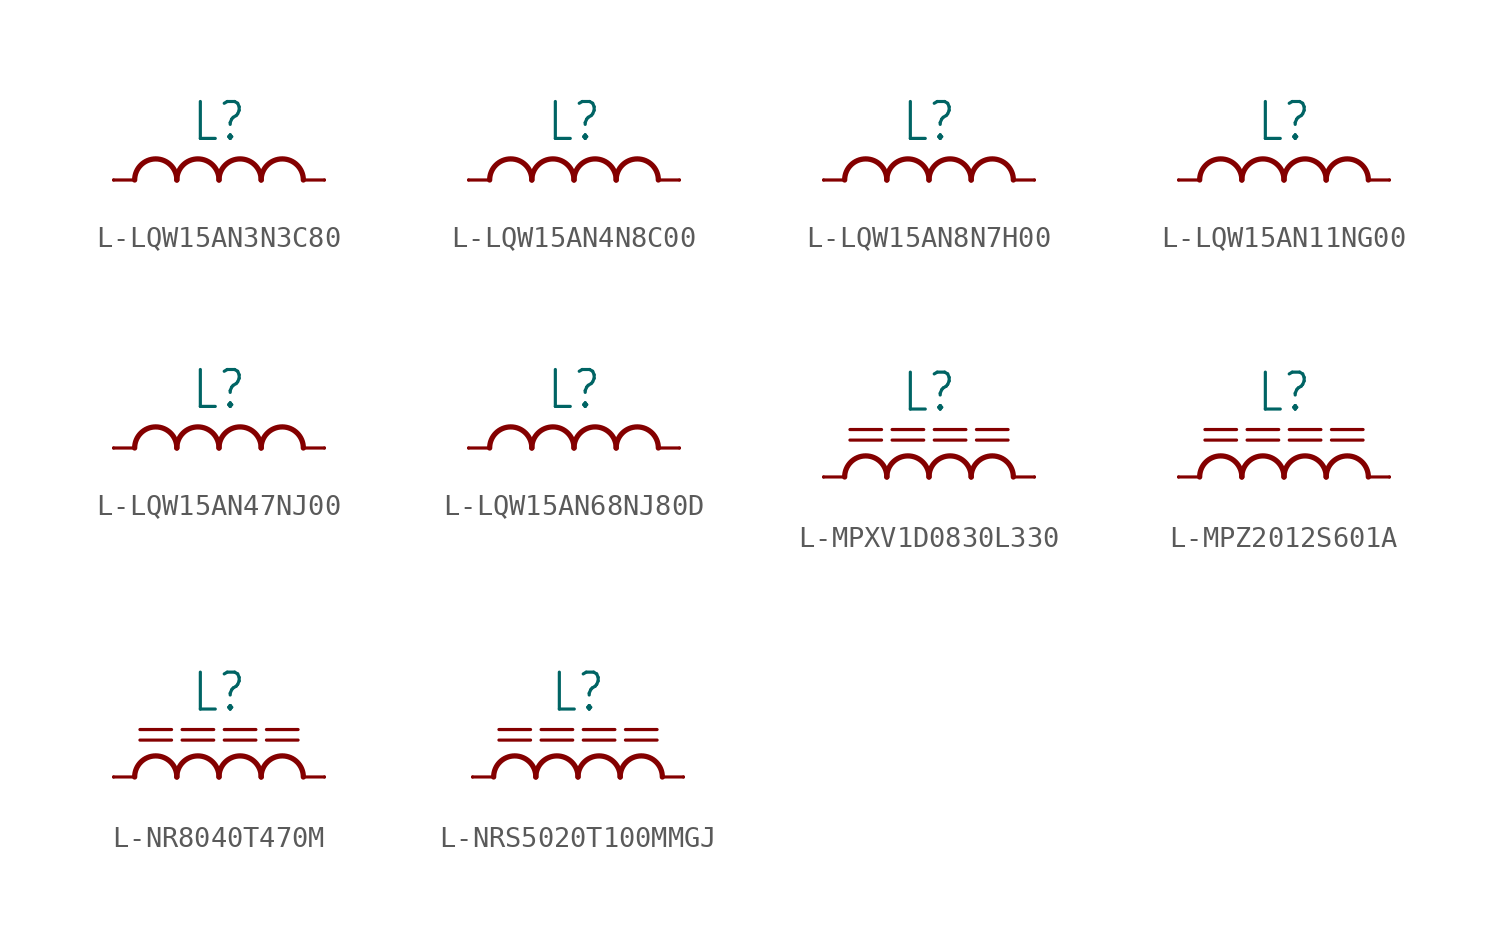
<source format=kicad_sym>
(kicad_symbol_lib
  (version 20231120)
  (generator "kicad_symbol_editor")
  (generator_version "8.0")
  (symbol "L-LQW15AN3N3C80"
    (property "Reference" "L"
      (at 0 1.778 0)
      (effects (font (size 1.778 1.511)) (justify bottom)))
    (property "Value" ""
      (at 0 -0.762 0)
      (effects (font (size 1.778 1.511)) (justify top)))
    (property "ki_locked" ""
      (at 0 0 0)
      (effects (font (size 1.27 1.27))))
    (symbol "L-LQW15AN3N3C80_1_0"
      (arc (start -2.032 0) (mid -3.048 1.016) (end -4.064 0) (stroke (width 0.254) (type solid)) (fill (type none)))
      (arc (start 0 0) (mid -1.016 1.016) (end -2.032 0) (stroke (width 0.254) (type solid)) (fill (type none)))
      (polyline (pts (xy -5.08 0) (xy -4.064 0)) (stroke (width 0.152) (type solid)) (fill (type none)))
      (polyline (pts (xy 4.064 0) (xy 5.08 0)) (stroke (width 0.152) (type solid)) (fill (type none)))
      (arc (start 2.032 0) (mid 1.016 1.016) (end 0 0) (stroke (width 0.254) (type solid)) (fill (type none)))
      (arc (start 4.064 0) (mid 3.048 1.016) (end 2.032 0) (stroke (width 0.254) (type solid)) (fill (type none)))
      (pin passive line (at -5.08 0 0) (length 0) (name "1" (effects (font (size 0 0)))) (number "1" (effects (font (size 0 0)))))
      (pin passive line (at 5.08 0 180) (length 0) (name "2" (effects (font (size 0 0)))) (number "2" (effects (font (size 0 0)))))))
  (symbol "L-LQW15AN4N8C00"
    (property "Reference" "L"
      (at 0 1.778 0)
      (effects (font (size 1.778 1.511)) (justify bottom)))
    (property "Value" ""
      (at 0 -0.762 0)
      (effects (font (size 1.778 1.511)) (justify top)))
    (property "ki_locked" ""
      (at 0 0 0)
      (effects (font (size 1.27 1.27))))
    (symbol "L-LQW15AN4N8C00_1_0"
      (arc (start -2.032 0) (mid -3.048 1.016) (end -4.064 0) (stroke (width 0.254) (type solid)) (fill (type none)))
      (arc (start 0 0) (mid -1.016 1.016) (end -2.032 0) (stroke (width 0.254) (type solid)) (fill (type none)))
      (polyline (pts (xy -5.08 0) (xy -4.064 0)) (stroke (width 0.152) (type solid)) (fill (type none)))
      (polyline (pts (xy 4.064 0) (xy 5.08 0)) (stroke (width 0.152) (type solid)) (fill (type none)))
      (arc (start 2.032 0) (mid 1.016 1.016) (end 0 0) (stroke (width 0.254) (type solid)) (fill (type none)))
      (arc (start 4.064 0) (mid 3.048 1.016) (end 2.032 0) (stroke (width 0.254) (type solid)) (fill (type none)))
      (pin passive line (at -5.08 0 0) (length 0) (name "1" (effects (font (size 0 0)))) (number "1" (effects (font (size 0 0)))))
      (pin passive line (at 5.08 0 180) (length 0) (name "2" (effects (font (size 0 0)))) (number "2" (effects (font (size 0 0)))))))
  (symbol "L-LQW15AN8N7H00"
    (property "Reference" "L"
      (at 0 1.778 0)
      (effects (font (size 1.778 1.511)) (justify bottom)))
    (property "Value" ""
      (at 0 -0.762 0)
      (effects (font (size 1.778 1.511)) (justify top)))
    (property "ki_locked" ""
      (at 0 0 0)
      (effects (font (size 1.27 1.27))))
    (symbol "L-LQW15AN8N7H00_1_0"
      (arc (start -2.032 0) (mid -3.048 1.016) (end -4.064 0) (stroke (width 0.254) (type solid)) (fill (type none)))
      (arc (start 0 0) (mid -1.016 1.016) (end -2.032 0) (stroke (width 0.254) (type solid)) (fill (type none)))
      (polyline (pts (xy -5.08 0) (xy -4.064 0)) (stroke (width 0.152) (type solid)) (fill (type none)))
      (polyline (pts (xy 4.064 0) (xy 5.08 0)) (stroke (width 0.152) (type solid)) (fill (type none)))
      (arc (start 2.032 0) (mid 1.016 1.016) (end 0 0) (stroke (width 0.254) (type solid)) (fill (type none)))
      (arc (start 4.064 0) (mid 3.048 1.016) (end 2.032 0) (stroke (width 0.254) (type solid)) (fill (type none)))
      (pin passive line (at -5.08 0 0) (length 0) (name "1" (effects (font (size 0 0)))) (number "1" (effects (font (size 0 0)))))
      (pin passive line (at 5.08 0 180) (length 0) (name "2" (effects (font (size 0 0)))) (number "2" (effects (font (size 0 0)))))))
  (symbol "L-LQW15AN11NG00"
    (property "Reference" "L"
      (at 0 1.778 0)
      (effects (font (size 1.778 1.511)) (justify bottom)))
    (property "Value" ""
      (at 0 -0.762 0)
      (effects (font (size 1.778 1.511)) (justify top)))
    (property "ki_locked" ""
      (at 0 0 0)
      (effects (font (size 1.27 1.27))))
    (symbol "L-LQW15AN11NG00_1_0"
      (arc (start -2.032 0) (mid -3.048 1.016) (end -4.064 0) (stroke (width 0.254) (type solid)) (fill (type none)))
      (arc (start 0 0) (mid -1.016 1.016) (end -2.032 0) (stroke (width 0.254) (type solid)) (fill (type none)))
      (polyline (pts (xy -5.08 0) (xy -4.064 0)) (stroke (width 0.152) (type solid)) (fill (type none)))
      (polyline (pts (xy 4.064 0) (xy 5.08 0)) (stroke (width 0.152) (type solid)) (fill (type none)))
      (arc (start 2.032 0) (mid 1.016 1.016) (end 0 0) (stroke (width 0.254) (type solid)) (fill (type none)))
      (arc (start 4.064 0) (mid 3.048 1.016) (end 2.032 0) (stroke (width 0.254) (type solid)) (fill (type none)))
      (pin passive line (at -5.08 0 0) (length 0) (name "1" (effects (font (size 0 0)))) (number "1" (effects (font (size 0 0)))))
      (pin passive line (at 5.08 0 180) (length 0) (name "2" (effects (font (size 0 0)))) (number "2" (effects (font (size 0 0)))))))
  (symbol "L-LQW15AN47NJ00"
    (property "Reference" "L"
      (at 0 1.778 0)
      (effects (font (size 1.778 1.511)) (justify bottom)))
    (property "Value" ""
      (at 0 -0.762 0)
      (effects (font (size 1.778 1.511)) (justify top)))
    (property "ki_locked" ""
      (at 0 0 0)
      (effects (font (size 1.27 1.27))))
    (symbol "L-LQW15AN47NJ00_1_0"
      (arc (start -2.032 0) (mid -3.048 1.016) (end -4.064 0) (stroke (width 0.254) (type solid)) (fill (type none)))
      (arc (start 0 0) (mid -1.016 1.016) (end -2.032 0) (stroke (width 0.254) (type solid)) (fill (type none)))
      (polyline (pts (xy -5.08 0) (xy -4.064 0)) (stroke (width 0.152) (type solid)) (fill (type none)))
      (polyline (pts (xy 4.064 0) (xy 5.08 0)) (stroke (width 0.152) (type solid)) (fill (type none)))
      (arc (start 2.032 0) (mid 1.016 1.016) (end 0 0) (stroke (width 0.254) (type solid)) (fill (type none)))
      (arc (start 4.064 0) (mid 3.048 1.016) (end 2.032 0) (stroke (width 0.254) (type solid)) (fill (type none)))
      (pin passive line (at -5.08 0 0) (length 0) (name "1" (effects (font (size 0 0)))) (number "1" (effects (font (size 0 0)))))
      (pin passive line (at 5.08 0 180) (length 0) (name "2" (effects (font (size 0 0)))) (number "2" (effects (font (size 0 0)))))))
  (symbol "L-LQW15AN68NJ80D"
    (property "Reference" "L"
      (at 0 1.778 0)
      (effects (font (size 1.778 1.511)) (justify bottom)))
    (property "Value" ""
      (at 0 -0.762 0)
      (effects (font (size 1.778 1.511)) (justify top)))
    (property "ki_locked" ""
      (at 0 0 0)
      (effects (font (size 1.27 1.27))))
    (symbol "L-LQW15AN68NJ80D_1_0"
      (arc (start -2.032 0) (mid -3.048 1.016) (end -4.064 0) (stroke (width 0.254) (type solid)) (fill (type none)))
      (arc (start 0 0) (mid -1.016 1.016) (end -2.032 0) (stroke (width 0.254) (type solid)) (fill (type none)))
      (polyline (pts (xy -5.08 0) (xy -4.064 0)) (stroke (width 0.152) (type solid)) (fill (type none)))
      (polyline (pts (xy 4.064 0) (xy 5.08 0)) (stroke (width 0.152) (type solid)) (fill (type none)))
      (arc (start 2.032 0) (mid 1.016 1.016) (end 0 0) (stroke (width 0.254) (type solid)) (fill (type none)))
      (arc (start 4.064 0) (mid 3.048 1.016) (end 2.032 0) (stroke (width 0.254) (type solid)) (fill (type none)))
      (pin passive line (at -5.08 0 0) (length 0) (name "1" (effects (font (size 0 0)))) (number "1" (effects (font (size 0 0)))))
      (pin passive line (at 5.08 0 180) (length 0) (name "2" (effects (font (size 0 0)))) (number "2" (effects (font (size 0 0)))))))
  (symbol "L-MPXV1D0830L330"
    (property "Reference" "L"
      (at 0 3.048 0)
      (effects (font (size 1.778 1.511)) (justify bottom)))
    (property "Value" ""
      (at 0 -0.762 0)
      (effects (font (size 1.778 1.511)) (justify top)))
    (property "ki_locked" ""
      (at 0 0 0)
      (effects (font (size 1.27 1.27))))
    (symbol "L-MPXV1D0830L330_1_0"
      (arc (start -2.032 0) (mid -3.048 1.016) (end -4.064 0) (stroke (width 0.254) (type solid)) (fill (type none)))
      (arc (start 0 0) (mid -1.016 1.016) (end -2.032 0) (stroke (width 0.254) (type solid)) (fill (type none)))
      (polyline (pts (xy -5.08 0) (xy -4.064 0)) (stroke (width 0.152) (type solid)) (fill (type none)))
      (polyline (pts (xy -3.81 1.778) (xy -2.286 1.778)) (stroke (width 0.152) (type solid)) (fill (type none)))
      (polyline (pts (xy -3.81 2.286) (xy -2.286 2.286)) (stroke (width 0.152) (type solid)) (fill (type none)))
      (polyline (pts (xy -1.778 1.778) (xy -0.254 1.778)) (stroke (width 0.152) (type solid)) (fill (type none)))
      (polyline (pts (xy -1.778 2.286) (xy -0.254 2.286)) (stroke (width 0.152) (type solid)) (fill (type none)))
      (polyline (pts (xy 0.254 1.778) (xy 1.778 1.778)) (stroke (width 0.152) (type solid)) (fill (type none)))
      (polyline (pts (xy 0.254 2.286) (xy 1.778 2.286)) (stroke (width 0.152) (type solid)) (fill (type none)))
      (polyline (pts (xy 2.286 1.778) (xy 3.81 1.778)) (stroke (width 0.152) (type solid)) (fill (type none)))
      (polyline (pts (xy 2.286 2.286) (xy 3.81 2.286)) (stroke (width 0.152) (type solid)) (fill (type none)))
      (polyline (pts (xy 4.064 0) (xy 5.08 0)) (stroke (width 0.152) (type solid)) (fill (type none)))
      (arc (start 2.032 0) (mid 1.016 1.016) (end 0 0) (stroke (width 0.254) (type solid)) (fill (type none)))
      (arc (start 4.064 0) (mid 3.048 1.016) (end 2.032 0) (stroke (width 0.254) (type solid)) (fill (type none)))
      (pin passive line (at -5.08 0 0) (length 0) (name "1" (effects (font (size 0 0)))) (number "1" (effects (font (size 0 0)))))
      (pin passive line (at 5.08 0 180) (length 0) (name "2" (effects (font (size 0 0)))) (number "2" (effects (font (size 0 0)))))))
  (symbol "L-MPZ2012S601A"
    (property "Reference" "L"
      (at 0 3.048 0)
      (effects (font (size 1.778 1.511)) (justify bottom)))
    (property "Value" ""
      (at 0 -0.762 0)
      (effects (font (size 1.778 1.511)) (justify top)))
    (property "ki_locked" ""
      (at 0 0 0)
      (effects (font (size 1.27 1.27))))
    (symbol "L-MPZ2012S601A_1_0"
      (arc (start -2.032 0) (mid -3.048 1.016) (end -4.064 0) (stroke (width 0.254) (type solid)) (fill (type none)))
      (arc (start 0 0) (mid -1.016 1.016) (end -2.032 0) (stroke (width 0.254) (type solid)) (fill (type none)))
      (polyline (pts (xy -5.08 0) (xy -4.064 0)) (stroke (width 0.152) (type solid)) (fill (type none)))
      (polyline (pts (xy -3.81 1.778) (xy -2.286 1.778)) (stroke (width 0.152) (type solid)) (fill (type none)))
      (polyline (pts (xy -3.81 2.286) (xy -2.286 2.286)) (stroke (width 0.152) (type solid)) (fill (type none)))
      (polyline (pts (xy -1.778 1.778) (xy -0.254 1.778)) (stroke (width 0.152) (type solid)) (fill (type none)))
      (polyline (pts (xy -1.778 2.286) (xy -0.254 2.286)) (stroke (width 0.152) (type solid)) (fill (type none)))
      (polyline (pts (xy 0.254 1.778) (xy 1.778 1.778)) (stroke (width 0.152) (type solid)) (fill (type none)))
      (polyline (pts (xy 0.254 2.286) (xy 1.778 2.286)) (stroke (width 0.152) (type solid)) (fill (type none)))
      (polyline (pts (xy 2.286 1.778) (xy 3.81 1.778)) (stroke (width 0.152) (type solid)) (fill (type none)))
      (polyline (pts (xy 2.286 2.286) (xy 3.81 2.286)) (stroke (width 0.152) (type solid)) (fill (type none)))
      (polyline (pts (xy 4.064 0) (xy 5.08 0)) (stroke (width 0.152) (type solid)) (fill (type none)))
      (arc (start 2.032 0) (mid 1.016 1.016) (end 0 0) (stroke (width 0.254) (type solid)) (fill (type none)))
      (arc (start 4.064 0) (mid 3.048 1.016) (end 2.032 0) (stroke (width 0.254) (type solid)) (fill (type none)))
      (pin passive line (at -5.08 0 0) (length 0) (name "1" (effects (font (size 0 0)))) (number "1" (effects (font (size 0 0)))))
      (pin passive line (at 5.08 0 180) (length 0) (name "2" (effects (font (size 0 0)))) (number "2" (effects (font (size 0 0)))))))
  (symbol "L-NR8040T470M"
    (property "Reference" "L"
      (at 0 3.048 0)
      (effects (font (size 1.778 1.511)) (justify bottom)))
    (property "Value" ""
      (at 0 -0.762 0)
      (effects (font (size 1.778 1.511)) (justify top)))
    (property "ki_locked" ""
      (at 0 0 0)
      (effects (font (size 1.27 1.27))))
    (symbol "L-NR8040T470M_1_0"
      (arc (start -2.032 0) (mid -3.048 1.016) (end -4.064 0) (stroke (width 0.254) (type solid)) (fill (type none)))
      (arc (start 0 0) (mid -1.016 1.016) (end -2.032 0) (stroke (width 0.254) (type solid)) (fill (type none)))
      (polyline (pts (xy -5.08 0) (xy -4.064 0)) (stroke (width 0.152) (type solid)) (fill (type none)))
      (polyline (pts (xy -3.81 1.778) (xy -2.286 1.778)) (stroke (width 0.152) (type solid)) (fill (type none)))
      (polyline (pts (xy -3.81 2.286) (xy -2.286 2.286)) (stroke (width 0.152) (type solid)) (fill (type none)))
      (polyline (pts (xy -1.778 1.778) (xy -0.254 1.778)) (stroke (width 0.152) (type solid)) (fill (type none)))
      (polyline (pts (xy -1.778 2.286) (xy -0.254 2.286)) (stroke (width 0.152) (type solid)) (fill (type none)))
      (polyline (pts (xy 0.254 1.778) (xy 1.778 1.778)) (stroke (width 0.152) (type solid)) (fill (type none)))
      (polyline (pts (xy 0.254 2.286) (xy 1.778 2.286)) (stroke (width 0.152) (type solid)) (fill (type none)))
      (polyline (pts (xy 2.286 1.778) (xy 3.81 1.778)) (stroke (width 0.152) (type solid)) (fill (type none)))
      (polyline (pts (xy 2.286 2.286) (xy 3.81 2.286)) (stroke (width 0.152) (type solid)) (fill (type none)))
      (polyline (pts (xy 4.064 0) (xy 5.08 0)) (stroke (width 0.152) (type solid)) (fill (type none)))
      (arc (start 2.032 0) (mid 1.016 1.016) (end 0 0) (stroke (width 0.254) (type solid)) (fill (type none)))
      (arc (start 4.064 0) (mid 3.048 1.016) (end 2.032 0) (stroke (width 0.254) (type solid)) (fill (type none)))
      (pin passive line (at -5.08 0 0) (length 0) (name "1" (effects (font (size 0 0)))) (number "1" (effects (font (size 0 0)))))
      (pin passive line (at 5.08 0 180) (length 0) (name "2" (effects (font (size 0 0)))) (number "2" (effects (font (size 0 0)))))))
  (symbol "L-NRS5020T100MMGJ"
    (property "Reference" "L"
      (at 0 3.048 0)
      (effects (font (size 1.778 1.511)) (justify bottom)))
    (property "Value" ""
      (at 0 -0.762 0)
      (effects (font (size 1.778 1.511)) (justify top)))
    (property "ki_locked" ""
      (at 0 0 0)
      (effects (font (size 1.27 1.27))))
    (symbol "L-NRS5020T100MMGJ_1_0"
      (arc (start -2.032 0) (mid -3.048 1.016) (end -4.064 0) (stroke (width 0.254) (type solid)) (fill (type none)))
      (arc (start 0 0) (mid -1.016 1.016) (end -2.032 0) (stroke (width 0.254) (type solid)) (fill (type none)))
      (polyline (pts (xy -5.08 0) (xy -4.064 0)) (stroke (width 0.152) (type solid)) (fill (type none)))
      (polyline (pts (xy -3.81 1.778) (xy -2.286 1.778)) (stroke (width 0.152) (type solid)) (fill (type none)))
      (polyline (pts (xy -3.81 2.286) (xy -2.286 2.286)) (stroke (width 0.152) (type solid)) (fill (type none)))
      (polyline (pts (xy -1.778 1.778) (xy -0.254 1.778)) (stroke (width 0.152) (type solid)) (fill (type none)))
      (polyline (pts (xy -1.778 2.286) (xy -0.254 2.286)) (stroke (width 0.152) (type solid)) (fill (type none)))
      (polyline (pts (xy 0.254 1.778) (xy 1.778 1.778)) (stroke (width 0.152) (type solid)) (fill (type none)))
      (polyline (pts (xy 0.254 2.286) (xy 1.778 2.286)) (stroke (width 0.152) (type solid)) (fill (type none)))
      (polyline (pts (xy 2.286 1.778) (xy 3.81 1.778)) (stroke (width 0.152) (type solid)) (fill (type none)))
      (polyline (pts (xy 2.286 2.286) (xy 3.81 2.286)) (stroke (width 0.152) (type solid)) (fill (type none)))
      (polyline (pts (xy 4.064 0) (xy 5.08 0)) (stroke (width 0.152) (type solid)) (fill (type none)))
      (arc (start 2.032 0) (mid 1.016 1.016) (end 0 0) (stroke (width 0.254) (type solid)) (fill (type none)))
      (arc (start 4.064 0) (mid 3.048 1.016) (end 2.032 0) (stroke (width 0.254) (type solid)) (fill (type none)))
      (pin passive line (at -5.08 0 0) (length 0) (name "1" (effects (font (size 0 0)))) (number "1" (effects (font (size 0 0)))))
      (pin passive line (at 5.08 0 180) (length 0) (name "2" (effects (font (size 0 0)))) (number "2" (effects (font (size 0 0))))))))
</source>
